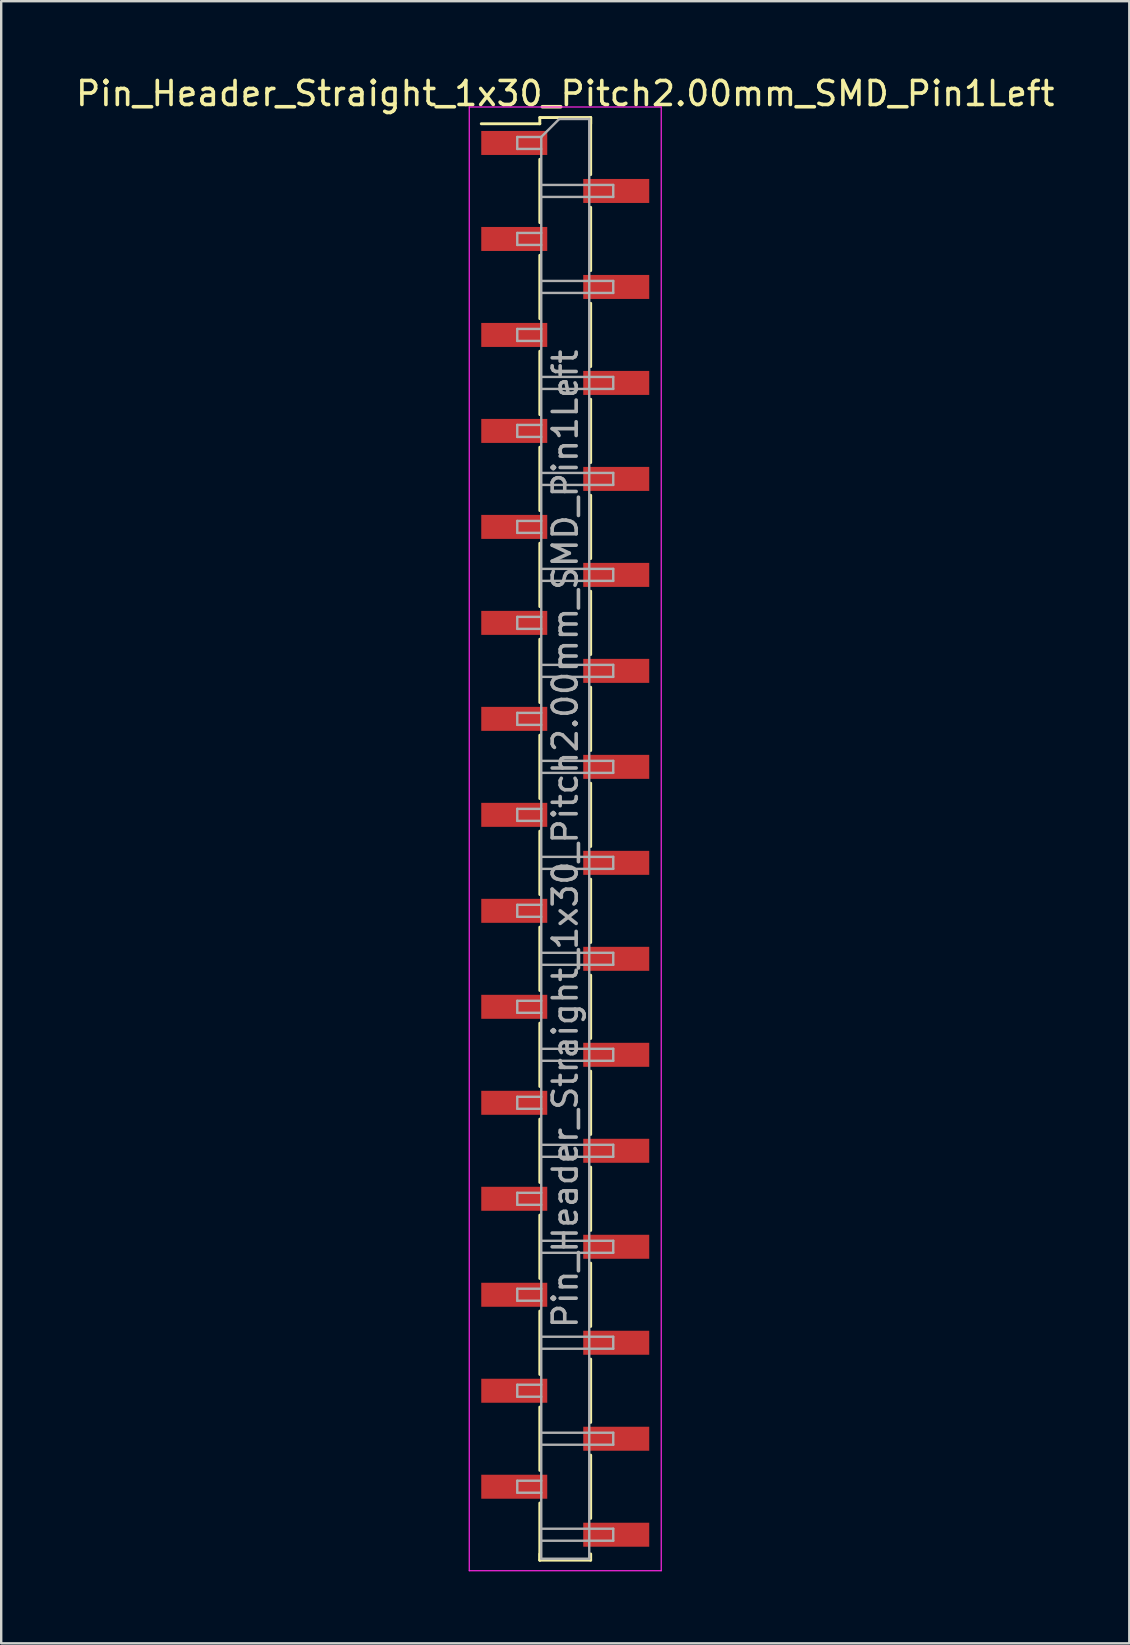
<source format=kicad_pcb>
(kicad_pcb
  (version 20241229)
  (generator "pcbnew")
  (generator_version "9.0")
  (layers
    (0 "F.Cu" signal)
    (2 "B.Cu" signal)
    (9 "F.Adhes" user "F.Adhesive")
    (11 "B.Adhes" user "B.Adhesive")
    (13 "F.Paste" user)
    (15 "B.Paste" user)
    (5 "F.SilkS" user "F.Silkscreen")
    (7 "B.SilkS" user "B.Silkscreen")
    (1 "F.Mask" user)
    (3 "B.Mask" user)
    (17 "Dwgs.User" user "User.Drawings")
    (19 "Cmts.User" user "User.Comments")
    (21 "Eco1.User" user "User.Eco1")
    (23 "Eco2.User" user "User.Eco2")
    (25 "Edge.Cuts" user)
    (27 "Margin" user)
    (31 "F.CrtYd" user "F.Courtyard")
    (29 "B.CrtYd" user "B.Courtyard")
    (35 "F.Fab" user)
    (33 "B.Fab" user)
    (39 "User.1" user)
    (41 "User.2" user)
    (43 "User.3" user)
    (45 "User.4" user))
  (footprint "Pin_Header_Straight_1x30_Pitch2.00mm_SMD_Pin1Left"
    (layer "F.Cu")
    (at 20.506 31.908)
    (property "Reference" "Pin_Header_Straight_1x30_Pitch2.00mm_SMD_Pin1Left" (at 0 -31.06 0) (layer "F.SilkS") (effects (font (size 1 1) (thickness 0.15))))
    (attr smd)
    (fp_line (start -1.06 -30.06) (end 1.06 -30.06) (stroke (width 0.12) (type solid)) (layer "F.SilkS"))
    (fp_line (start -1.06 -29.8) (end -3.5 -29.8) (stroke (width 0.12) (type solid)) (layer "F.SilkS"))
    (fp_line (start -1.06 -29.8) (end -1.06 -30.06) (stroke (width 0.12) (type solid)) (layer "F.SilkS"))
    (fp_line (start -1.06 -28.32) (end -1.06 -25.68) (stroke (width 0.12) (type solid)) (layer "F.SilkS"))
    (fp_line (start -1.06 -24.32) (end -1.06 -21.68) (stroke (width 0.12) (type solid)) (layer "F.SilkS"))
    (fp_line (start -1.06 -20.32) (end -1.06 -17.68) (stroke (width 0.12) (type solid)) (layer "F.SilkS"))
    (fp_line (start -1.06 -16.32) (end -1.06 -13.68) (stroke (width 0.12) (type solid)) (layer "F.SilkS"))
    (fp_line (start -1.06 -12.32) (end -1.06 -9.68) (stroke (width 0.12) (type solid)) (layer "F.SilkS"))
    (fp_line (start -1.06 -8.32) (end -1.06 -5.68) (stroke (width 0.12) (type solid)) (layer "F.SilkS"))
    (fp_line (start -1.06 -4.32) (end -1.06 -1.68) (stroke (width 0.12) (type solid)) (layer "F.SilkS"))
    (fp_line (start -1.06 -0.32) (end -1.06 2.32) (stroke (width 0.12) (type solid)) (layer "F.SilkS"))
    (fp_line (start -1.06 3.68) (end -1.06 6.32) (stroke (width 0.12) (type solid)) (layer "F.SilkS"))
    (fp_line (start -1.06 7.68) (end -1.06 10.32) (stroke (width 0.12) (type solid)) (layer "F.SilkS"))
    (fp_line (start -1.06 11.68) (end -1.06 14.32) (stroke (width 0.12) (type solid)) (layer "F.SilkS"))
    (fp_line (start -1.06 15.68) (end -1.06 18.32) (stroke (width 0.12) (type solid)) (layer "F.SilkS"))
    (fp_line (start -1.06 19.68) (end -1.06 22.32) (stroke (width 0.12) (type solid)) (layer "F.SilkS"))
    (fp_line (start -1.06 23.68) (end -1.06 26.32) (stroke (width 0.12) (type solid)) (layer "F.SilkS"))
    (fp_line (start -1.06 27.68) (end -1.06 30.06) (stroke (width 0.12) (type solid)) (layer "F.SilkS"))
    (fp_line (start -1.06 29.8) (end -1.06 30.06) (stroke (width 0.12) (type solid)) (layer "F.SilkS"))
    (fp_line (start -1.06 30.06) (end 1.06 30.06) (stroke (width 0.12) (type solid)) (layer "F.SilkS"))
    (fp_line (start 1.06 -30.06) (end 1.06 -29.8) (stroke (width 0.12) (type solid)) (layer "F.SilkS"))
    (fp_line (start 1.06 -30.06) (end 1.06 -27.68) (stroke (width 0.12) (type solid)) (layer "F.SilkS"))
    (fp_line (start 1.06 -26.32) (end 1.06 -23.68) (stroke (width 0.12) (type solid)) (layer "F.SilkS"))
    (fp_line (start 1.06 -22.32) (end 1.06 -19.68) (stroke (width 0.12) (type solid)) (layer "F.SilkS"))
    (fp_line (start 1.06 -18.32) (end 1.06 -15.68) (stroke (width 0.12) (type solid)) (layer "F.SilkS"))
    (fp_line (start 1.06 -14.32) (end 1.06 -11.68) (stroke (width 0.12) (type solid)) (layer "F.SilkS"))
    (fp_line (start 1.06 -10.32) (end 1.06 -7.68) (stroke (width 0.12) (type solid)) (layer "F.SilkS"))
    (fp_line (start 1.06 -6.32) (end 1.06 -3.68) (stroke (width 0.12) (type solid)) (layer "F.SilkS"))
    (fp_line (start 1.06 -2.32) (end 1.06 0.32) (stroke (width 0.12) (type solid)) (layer "F.SilkS"))
    (fp_line (start 1.06 1.68) (end 1.06 4.32) (stroke (width 0.12) (type solid)) (layer "F.SilkS"))
    (fp_line (start 1.06 5.68) (end 1.06 8.32) (stroke (width 0.12) (type solid)) (layer "F.SilkS"))
    (fp_line (start 1.06 9.68) (end 1.06 12.32) (stroke (width 0.12) (type solid)) (layer "F.SilkS"))
    (fp_line (start 1.06 13.68) (end 1.06 16.32) (stroke (width 0.12) (type solid)) (layer "F.SilkS"))
    (fp_line (start 1.06 17.68) (end 1.06 20.32) (stroke (width 0.12) (type solid)) (layer "F.SilkS"))
    (fp_line (start 1.06 21.68) (end 1.06 24.32) (stroke (width 0.12) (type solid)) (layer "F.SilkS"))
    (fp_line (start 1.06 25.68) (end 1.06 28.32) (stroke (width 0.12) (type solid)) (layer "F.SilkS"))
    (fp_line (start 1.06 30.06) (end 1.06 29.8) (stroke (width 0.12) (type solid)) (layer "F.SilkS"))
    (fp_line (start -4 -30.5) (end -4 30.5) (stroke (width 0.05) (type solid)) (layer "F.CrtYd"))
    (fp_line (start -4 30.5) (end 4 30.5) (stroke (width 0.05) (type solid)) (layer "F.CrtYd"))
    (fp_line (start 4 -30.5) (end -4 -30.5) (stroke (width 0.05) (type solid)) (layer "F.CrtYd"))
    (fp_line (start 4 30.5) (end 4 -30.5) (stroke (width 0.05) (type solid)) (layer "F.CrtYd"))
    (fp_line (start -2 -29.25) (end -2 -28.75) (stroke (width 0.1) (type solid)) (layer "F.Fab"))
    (fp_line (start -2 -28.75) (end -1 -28.75) (stroke (width 0.1) (type solid)) (layer "F.Fab"))
    (fp_line (start -2 -25.25) (end -2 -24.75) (stroke (width 0.1) (type solid)) (layer "F.Fab"))
    (fp_line (start -2 -24.75) (end -1 -24.75) (stroke (width 0.1) (type solid)) (layer "F.Fab"))
    (fp_line (start -2 -21.25) (end -2 -20.75) (stroke (width 0.1) (type solid)) (layer "F.Fab"))
    (fp_line (start -2 -20.75) (end -1 -20.75) (stroke (width 0.1) (type solid)) (layer "F.Fab"))
    (fp_line (start -2 -17.25) (end -2 -16.75) (stroke (width 0.1) (type solid)) (layer "F.Fab"))
    (fp_line (start -2 -16.75) (end -1 -16.75) (stroke (width 0.1) (type solid)) (layer "F.Fab"))
    (fp_line (start -2 -13.25) (end -2 -12.75) (stroke (width 0.1) (type solid)) (layer "F.Fab"))
    (fp_line (start -2 -12.75) (end -1 -12.75) (stroke (width 0.1) (type solid)) (layer "F.Fab"))
    (fp_line (start -2 -9.25) (end -2 -8.75) (stroke (width 0.1) (type solid)) (layer "F.Fab"))
    (fp_line (start -2 -8.75) (end -1 -8.75) (stroke (width 0.1) (type solid)) (layer "F.Fab"))
    (fp_line (start -2 -5.25) (end -2 -4.75) (stroke (width 0.1) (type solid)) (layer "F.Fab"))
    (fp_line (start -2 -4.75) (end -1 -4.75) (stroke (width 0.1) (type solid)) (layer "F.Fab"))
    (fp_line (start -2 -1.25) (end -2 -0.75) (stroke (width 0.1) (type solid)) (layer "F.Fab"))
    (fp_line (start -2 -0.75) (end -1 -0.75) (stroke (width 0.1) (type solid)) (layer "F.Fab"))
    (fp_line (start -2 2.75) (end -2 3.25) (stroke (width 0.1) (type solid)) (layer "F.Fab"))
    (fp_line (start -2 3.25) (end -1 3.25) (stroke (width 0.1) (type solid)) (layer "F.Fab"))
    (fp_line (start -2 6.75) (end -2 7.25) (stroke (width 0.1) (type solid)) (layer "F.Fab"))
    (fp_line (start -2 7.25) (end -1 7.25) (stroke (width 0.1) (type solid)) (layer "F.Fab"))
    (fp_line (start -2 10.75) (end -2 11.25) (stroke (width 0.1) (type solid)) (layer "F.Fab"))
    (fp_line (start -2 11.25) (end -1 11.25) (stroke (width 0.1) (type solid)) (layer "F.Fab"))
    (fp_line (start -2 14.75) (end -2 15.25) (stroke (width 0.1) (type solid)) (layer "F.Fab"))
    (fp_line (start -2 15.25) (end -1 15.25) (stroke (width 0.1) (type solid)) (layer "F.Fab"))
    (fp_line (start -2 18.75) (end -2 19.25) (stroke (width 0.1) (type solid)) (layer "F.Fab"))
    (fp_line (start -2 19.25) (end -1 19.25) (stroke (width 0.1) (type solid)) (layer "F.Fab"))
    (fp_line (start -2 22.75) (end -2 23.25) (stroke (width 0.1) (type solid)) (layer "F.Fab"))
    (fp_line (start -2 23.25) (end -1 23.25) (stroke (width 0.1) (type solid)) (layer "F.Fab"))
    (fp_line (start -2 26.75) (end -2 27.25) (stroke (width 0.1) (type solid)) (layer "F.Fab"))
    (fp_line (start -2 27.25) (end -1 27.25) (stroke (width 0.1) (type solid)) (layer "F.Fab"))
    (fp_line (start -1 -29.25) (end -2 -29.25) (stroke (width 0.1) (type solid)) (layer "F.Fab"))
    (fp_line (start -1 -29.25) (end -0.25 -30) (stroke (width 0.1) (type solid)) (layer "F.Fab"))
    (fp_line (start -1 -27.25) (end 2 -27.25) (stroke (width 0.1) (type solid)) (layer "F.Fab"))
    (fp_line (start -1 -25.25) (end -2 -25.25) (stroke (width 0.1) (type solid)) (layer "F.Fab"))
    (fp_line (start -1 -23.25) (end 2 -23.25) (stroke (width 0.1) (type solid)) (layer "F.Fab"))
    (fp_line (start -1 -21.25) (end -2 -21.25) (stroke (width 0.1) (type solid)) (layer "F.Fab"))
    (fp_line (start -1 -19.25) (end 2 -19.25) (stroke (width 0.1) (type solid)) (layer "F.Fab"))
    (fp_line (start -1 -17.25) (end -2 -17.25) (stroke (width 0.1) (type solid)) (layer "F.Fab"))
    (fp_line (start -1 -15.25) (end 2 -15.25) (stroke (width 0.1) (type solid)) (layer "F.Fab"))
    (fp_line (start -1 -13.25) (end -2 -13.25) (stroke (width 0.1) (type solid)) (layer "F.Fab"))
    (fp_line (start -1 -11.25) (end 2 -11.25) (stroke (width 0.1) (type solid)) (layer "F.Fab"))
    (fp_line (start -1 -9.25) (end -2 -9.25) (stroke (width 0.1) (type solid)) (layer "F.Fab"))
    (fp_line (start -1 -7.25) (end 2 -7.25) (stroke (width 0.1) (type solid)) (layer "F.Fab"))
    (fp_line (start -1 -5.25) (end -2 -5.25) (stroke (width 0.1) (type solid)) (layer "F.Fab"))
    (fp_line (start -1 -3.25) (end 2 -3.25) (stroke (width 0.1) (type solid)) (layer "F.Fab"))
    (fp_line (start -1 -1.25) (end -2 -1.25) (stroke (width 0.1) (type solid)) (layer "F.Fab"))
    (fp_line (start -1 0.75) (end 2 0.75) (stroke (width 0.1) (type solid)) (layer "F.Fab"))
    (fp_line (start -1 2.75) (end -2 2.75) (stroke (width 0.1) (type solid)) (layer "F.Fab"))
    (fp_line (start -1 4.75) (end 2 4.75) (stroke (width 0.1) (type solid)) (layer "F.Fab"))
    (fp_line (start -1 6.75) (end -2 6.75) (stroke (width 0.1) (type solid)) (layer "F.Fab"))
    (fp_line (start -1 8.75) (end 2 8.75) (stroke (width 0.1) (type solid)) (layer "F.Fab"))
    (fp_line (start -1 10.75) (end -2 10.75) (stroke (width 0.1) (type solid)) (layer "F.Fab"))
    (fp_line (start -1 12.75) (end 2 12.75) (stroke (width 0.1) (type solid)) (layer "F.Fab"))
    (fp_line (start -1 14.75) (end -2 14.75) (stroke (width 0.1) (type solid)) (layer "F.Fab"))
    (fp_line (start -1 16.75) (end 2 16.75) (stroke (width 0.1) (type solid)) (layer "F.Fab"))
    (fp_line (start -1 18.75) (end -2 18.75) (stroke (width 0.1) (type solid)) (layer "F.Fab"))
    (fp_line (start -1 20.75) (end 2 20.75) (stroke (width 0.1) (type solid)) (layer "F.Fab"))
    (fp_line (start -1 22.75) (end -2 22.75) (stroke (width 0.1) (type solid)) (layer "F.Fab"))
    (fp_line (start -1 24.75) (end 2 24.75) (stroke (width 0.1) (type solid)) (layer "F.Fab"))
    (fp_line (start -1 26.75) (end -2 26.75) (stroke (width 0.1) (type solid)) (layer "F.Fab"))
    (fp_line (start -1 28.75) (end 2 28.75) (stroke (width 0.1) (type solid)) (layer "F.Fab"))
    (fp_line (start -1 30) (end -1 -29.25) (stroke (width 0.1) (type solid)) (layer "F.Fab"))
    (fp_line (start -0.25 -30) (end 1 -30) (stroke (width 0.1) (type solid)) (layer "F.Fab"))
    (fp_line (start 1 -30) (end 1 30) (stroke (width 0.1) (type solid)) (layer "F.Fab"))
    (fp_line (start 1 30) (end -1 30) (stroke (width 0.1) (type solid)) (layer "F.Fab"))
    (fp_line (start 2 -27.25) (end 2 -26.75) (stroke (width 0.1) (type solid)) (layer "F.Fab"))
    (fp_line (start 2 -26.75) (end -1 -26.75) (stroke (width 0.1) (type solid)) (layer "F.Fab"))
    (fp_line (start 2 -23.25) (end 2 -22.75) (stroke (width 0.1) (type solid)) (layer "F.Fab"))
    (fp_line (start 2 -22.75) (end -1 -22.75) (stroke (width 0.1) (type solid)) (layer "F.Fab"))
    (fp_line (start 2 -19.25) (end 2 -18.75) (stroke (width 0.1) (type solid)) (layer "F.Fab"))
    (fp_line (start 2 -18.75) (end -1 -18.75) (stroke (width 0.1) (type solid)) (layer "F.Fab"))
    (fp_line (start 2 -15.25) (end 2 -14.75) (stroke (width 0.1) (type solid)) (layer "F.Fab"))
    (fp_line (start 2 -14.75) (end -1 -14.75) (stroke (width 0.1) (type solid)) (layer "F.Fab"))
    (fp_line (start 2 -11.25) (end 2 -10.75) (stroke (width 0.1) (type solid)) (layer "F.Fab"))
    (fp_line (start 2 -10.75) (end -1 -10.75) (stroke (width 0.1) (type solid)) (layer "F.Fab"))
    (fp_line (start 2 -7.25) (end 2 -6.75) (stroke (width 0.1) (type solid)) (layer "F.Fab"))
    (fp_line (start 2 -6.75) (end -1 -6.75) (stroke (width 0.1) (type solid)) (layer "F.Fab"))
    (fp_line (start 2 -3.25) (end 2 -2.75) (stroke (width 0.1) (type solid)) (layer "F.Fab"))
    (fp_line (start 2 -2.75) (end -1 -2.75) (stroke (width 0.1) (type solid)) (layer "F.Fab"))
    (fp_line (start 2 0.75) (end 2 1.25) (stroke (width 0.1) (type solid)) (layer "F.Fab"))
    (fp_line (start 2 1.25) (end -1 1.25) (stroke (width 0.1) (type solid)) (layer "F.Fab"))
    (fp_line (start 2 4.75) (end 2 5.25) (stroke (width 0.1) (type solid)) (layer "F.Fab"))
    (fp_line (start 2 5.25) (end -1 5.25) (stroke (width 0.1) (type solid)) (layer "F.Fab"))
    (fp_line (start 2 8.75) (end 2 9.25) (stroke (width 0.1) (type solid)) (layer "F.Fab"))
    (fp_line (start 2 9.25) (end -1 9.25) (stroke (width 0.1) (type solid)) (layer "F.Fab"))
    (fp_line (start 2 12.75) (end 2 13.25) (stroke (width 0.1) (type solid)) (layer "F.Fab"))
    (fp_line (start 2 13.25) (end -1 13.25) (stroke (width 0.1) (type solid)) (layer "F.Fab"))
    (fp_line (start 2 16.75) (end 2 17.25) (stroke (width 0.1) (type solid)) (layer "F.Fab"))
    (fp_line (start 2 17.25) (end -1 17.25) (stroke (width 0.1) (type solid)) (layer "F.Fab"))
    (fp_line (start 2 20.75) (end 2 21.25) (stroke (width 0.1) (type solid)) (layer "F.Fab"))
    (fp_line (start 2 21.25) (end -1 21.25) (stroke (width 0.1) (type solid)) (layer "F.Fab"))
    (fp_line (start 2 24.75) (end 2 25.25) (stroke (width 0.1) (type solid)) (layer "F.Fab"))
    (fp_line (start 2 25.25) (end -1 25.25) (stroke (width 0.1) (type solid)) (layer "F.Fab"))
    (fp_line (start 2 28.75) (end 2 29.25) (stroke (width 0.1) (type solid)) (layer "F.Fab"))
    (fp_line (start 2 29.25) (end -1 29.25) (stroke (width 0.1) (type solid)) (layer "F.Fab"))
    (fp_text user "${REFERENCE}" (at 0 0 90) (layer "F.Fab") (effects (font (size 1 1) (thickness 0.15))))
    (pad "1" smd rect (at -2.125 -29) (size 2.75 1) (layers "F.Cu" "F.Mask"))
    (pad "2" smd rect (at 2.125 -27) (size 2.75 1) (layers "F.Cu" "F.Mask"))
    (pad "3" smd rect (at -2.125 -25) (size 2.75 1) (layers "F.Cu" "F.Mask"))
    (pad "4" smd rect (at 2.125 -23) (size 2.75 1) (layers "F.Cu" "F.Mask"))
    (pad "5" smd rect (at -2.125 -21) (size 2.75 1) (layers "F.Cu" "F.Mask"))
    (pad "6" smd rect (at 2.125 -19) (size 2.75 1) (layers "F.Cu" "F.Mask"))
    (pad "7" smd rect (at -2.125 -17) (size 2.75 1) (layers "F.Cu" "F.Mask"))
    (pad "8" smd rect (at 2.125 -15) (size 2.75 1) (layers "F.Cu" "F.Mask"))
    (pad "9" smd rect (at -2.125 -13) (size 2.75 1) (layers "F.Cu" "F.Mask"))
    (pad "10" smd rect (at 2.125 -11) (size 2.75 1) (layers "F.Cu" "F.Mask"))
    (pad "11" smd rect (at -2.125 -9) (size 2.75 1) (layers "F.Cu" "F.Mask"))
    (pad "12" smd rect (at 2.125 -7) (size 2.75 1) (layers "F.Cu" "F.Mask"))
    (pad "13" smd rect (at -2.125 -5) (size 2.75 1) (layers "F.Cu" "F.Mask"))
    (pad "14" smd rect (at 2.125 -3) (size 2.75 1) (layers "F.Cu" "F.Mask"))
    (pad "15" smd rect (at -2.125 -1) (size 2.75 1) (layers "F.Cu" "F.Mask"))
    (pad "16" smd rect (at 2.125 1) (size 2.75 1) (layers "F.Cu" "F.Mask"))
    (pad "17" smd rect (at -2.125 3) (size 2.75 1) (layers "F.Cu" "F.Mask"))
    (pad "18" smd rect (at 2.125 5) (size 2.75 1) (layers "F.Cu" "F.Mask"))
    (pad "19" smd rect (at -2.125 7) (size 2.75 1) (layers "F.Cu" "F.Mask"))
    (pad "20" smd rect (at 2.125 9) (size 2.75 1) (layers "F.Cu" "F.Mask"))
    (pad "21" smd rect (at -2.125 11) (size 2.75 1) (layers "F.Cu" "F.Mask"))
    (pad "22" smd rect (at 2.125 13) (size 2.75 1) (layers "F.Cu" "F.Mask"))
    (pad "23" smd rect (at -2.125 15) (size 2.75 1) (layers "F.Cu" "F.Mask"))
    (pad "24" smd rect (at 2.125 17) (size 2.75 1) (layers "F.Cu" "F.Mask"))
    (pad "25" smd rect (at -2.125 19) (size 2.75 1) (layers "F.Cu" "F.Mask"))
    (pad "26" smd rect (at 2.125 21) (size 2.75 1) (layers "F.Cu" "F.Mask"))
    (pad "27" smd rect (at -2.125 23) (size 2.75 1) (layers "F.Cu" "F.Mask"))
    (pad "28" smd rect (at 2.125 25) (size 2.75 1) (layers "F.Cu" "F.Mask"))
    (pad "29" smd rect (at -2.125 27) (size 2.75 1) (layers "F.Cu" "F.Mask"))
    (pad "30" smd rect (at 2.125 29) (size 2.75 1) (layers "F.Cu" "F.Mask")))
  (gr_rect
    (start -3 -3)
    (end 44.012 65.433)
    (stroke (width 0.1) (type default))
    (fill no)
    (layer "Edge.Cuts")))
</source>
